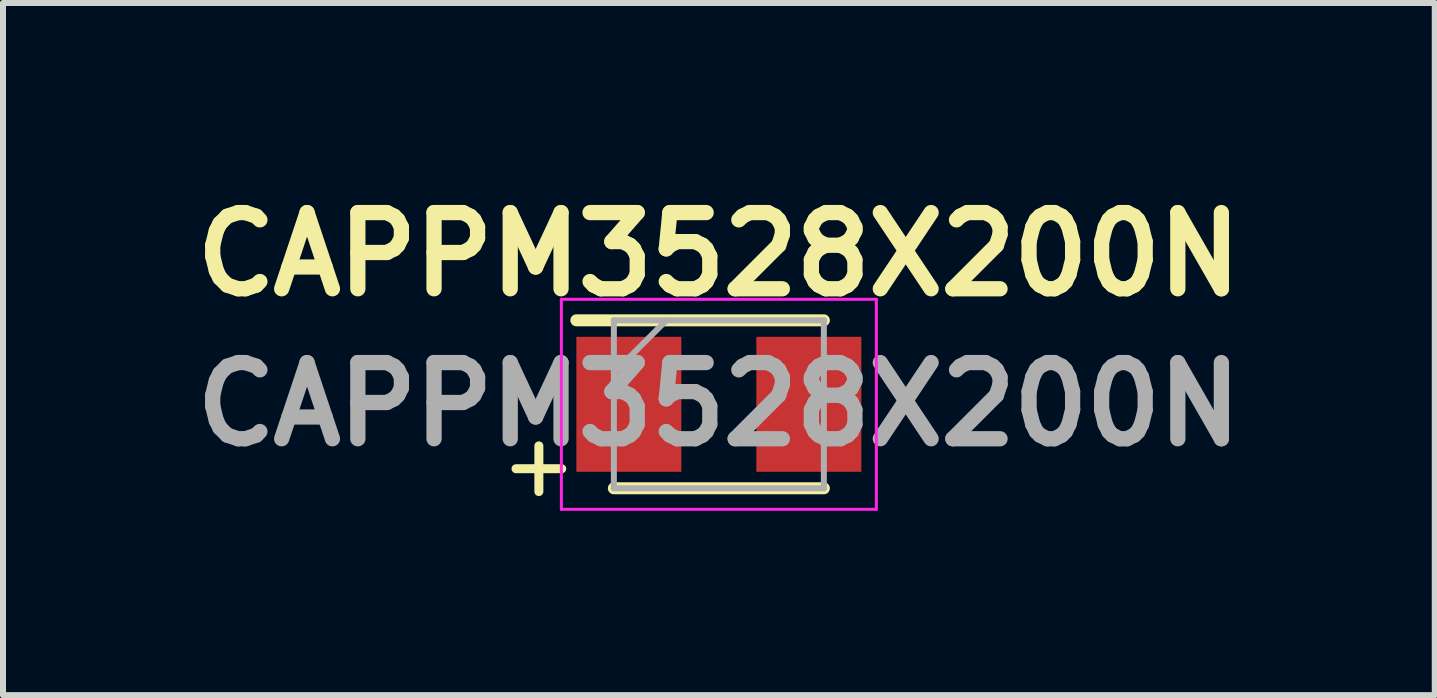
<source format=kicad_pcb>
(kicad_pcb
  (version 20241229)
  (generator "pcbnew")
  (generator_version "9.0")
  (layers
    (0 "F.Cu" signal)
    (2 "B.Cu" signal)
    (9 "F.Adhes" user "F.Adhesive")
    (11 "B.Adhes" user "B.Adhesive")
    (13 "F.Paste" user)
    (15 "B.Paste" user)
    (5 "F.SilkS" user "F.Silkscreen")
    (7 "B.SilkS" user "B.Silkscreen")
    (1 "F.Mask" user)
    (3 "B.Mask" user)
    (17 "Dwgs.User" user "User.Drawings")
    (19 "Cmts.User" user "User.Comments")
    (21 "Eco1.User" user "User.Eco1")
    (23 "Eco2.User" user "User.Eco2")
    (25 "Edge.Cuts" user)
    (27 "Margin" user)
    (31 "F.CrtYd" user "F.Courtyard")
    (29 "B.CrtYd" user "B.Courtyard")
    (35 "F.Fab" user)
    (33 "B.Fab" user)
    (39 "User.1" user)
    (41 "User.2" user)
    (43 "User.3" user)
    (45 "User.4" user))
  (footprint "CAPPM3528X200N"
    (layer "F.Cu")
    (at 8.932 3.689)
    (property "Reference" "CAPPM3528X200N" (at 0 -2.5 0) (layer "F.SilkS") (effects (font (size 1.27 1.27) (thickness 0.254))))
    (attr smd)
    (fp_line (start -1.75 1.4) (end 1.75 1.4) (stroke (width 0.2) (type solid)) (layer "F.SilkS"))
    (fp_line (start 1.75 -1.4) (end -2.375 -1.4) (stroke (width 0.2) (type solid)) (layer "F.SilkS"))
    (fp_line (start -2.625 -1.75) (end 2.625 -1.75) (stroke (width 0.05) (type solid)) (layer "F.CrtYd"))
    (fp_line (start -2.625 1.75) (end -2.625 -1.75) (stroke (width 0.05) (type solid)) (layer "F.CrtYd"))
    (fp_line (start 2.625 -1.75) (end 2.625 1.75) (stroke (width 0.05) (type solid)) (layer "F.CrtYd"))
    (fp_line (start 2.625 1.75) (end -2.625 1.75) (stroke (width 0.05) (type solid)) (layer "F.CrtYd"))
    (fp_line (start -1.75 -1.4) (end 1.75 -1.4) (stroke (width 0.1) (type solid)) (layer "F.Fab"))
    (fp_line (start -1.75 -0.525) (end -0.875 -1.4) (stroke (width 0.1) (type solid)) (layer "F.Fab"))
    (fp_line (start -1.75 1.4) (end -1.75 -1.4) (stroke (width 0.1) (type solid)) (layer "F.Fab"))
    (fp_line (start 1.75 -1.4) (end 1.75 1.4) (stroke (width 0.1) (type solid)) (layer "F.Fab"))
    (fp_line (start 1.75 1.4) (end -1.75 1.4) (stroke (width 0.1) (type solid)) (layer "F.Fab"))
    (fp_text user "+" (at -3 1 0) (layer "F.SilkS") (effects (font (size 1 1) (thickness 0.15))))
    (fp_text user "${REFERENCE}" (at 0 0 0) (layer "F.Fab") (effects (font (size 1.27 1.27) (thickness 0.254))))
    (pad "1" smd rect (at -1.5 0) (size 1.75 2.25) (layers "F.Cu" "F.Mask" "F.Paste"))
    (pad "2" smd rect (at 1.5 0) (size 1.75 2.25) (layers "F.Cu" "F.Mask" "F.Paste")))
  (gr_rect
    (start -3 -3)
    (end 20.865 8.537)
    (stroke (width 0.1) (type default))
    (fill no)
    (layer "Edge.Cuts")))
</source>
